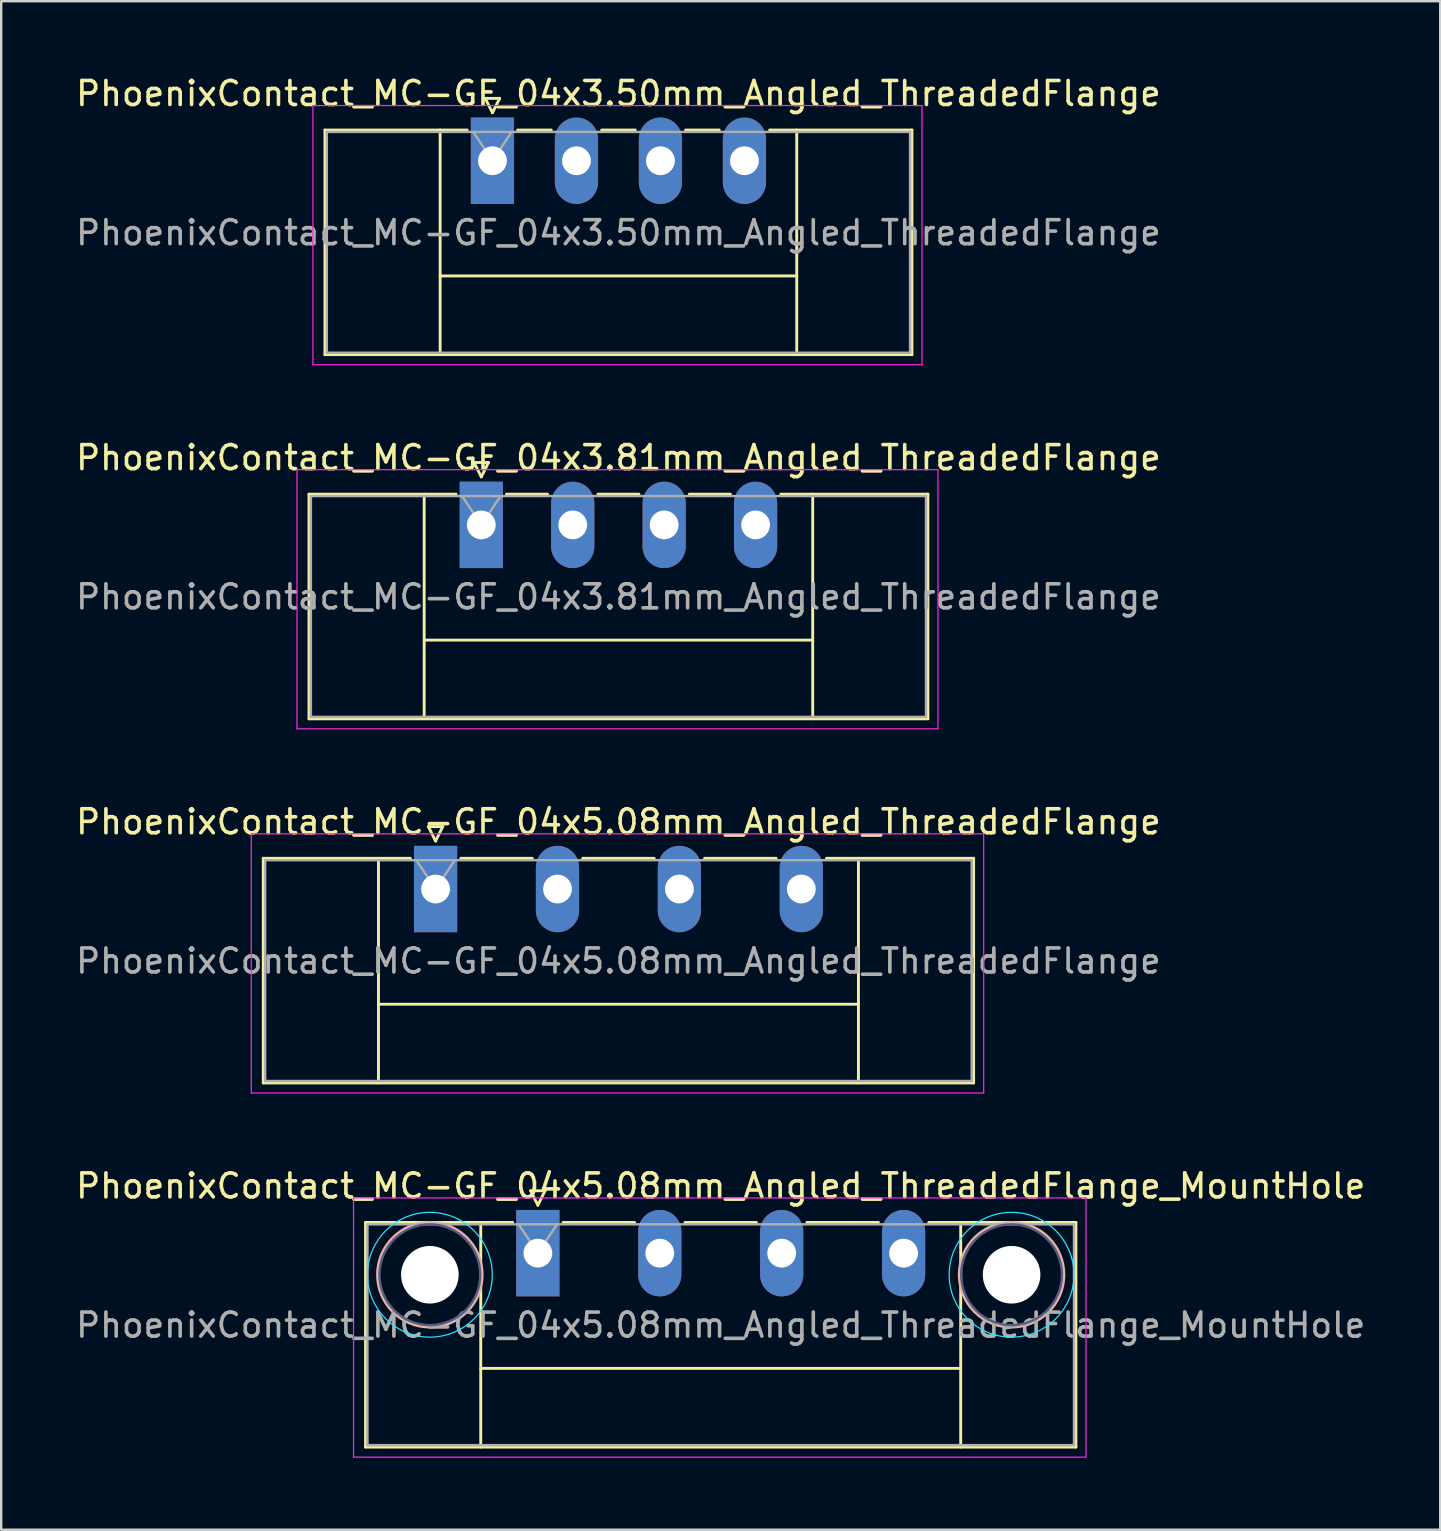
<source format=kicad_pcb>
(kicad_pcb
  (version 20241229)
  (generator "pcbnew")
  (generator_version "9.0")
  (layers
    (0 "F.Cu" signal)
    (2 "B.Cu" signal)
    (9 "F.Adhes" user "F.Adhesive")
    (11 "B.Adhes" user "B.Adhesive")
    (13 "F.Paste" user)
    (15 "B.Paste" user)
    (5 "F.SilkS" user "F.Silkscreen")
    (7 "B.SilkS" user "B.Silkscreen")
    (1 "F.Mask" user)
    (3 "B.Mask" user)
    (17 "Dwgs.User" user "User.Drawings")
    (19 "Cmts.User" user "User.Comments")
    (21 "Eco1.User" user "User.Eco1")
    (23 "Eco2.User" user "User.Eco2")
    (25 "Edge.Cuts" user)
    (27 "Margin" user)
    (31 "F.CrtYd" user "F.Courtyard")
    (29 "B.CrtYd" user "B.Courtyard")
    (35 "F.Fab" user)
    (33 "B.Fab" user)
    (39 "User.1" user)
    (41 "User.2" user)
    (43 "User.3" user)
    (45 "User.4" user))
  (footprint "PhoenixContact_MC-GF_04x3.50mm_Angled_ThreadedFlange"
    (layer "F.Cu")
    (at 17.47 3.648)
    (property "Reference" "PhoenixContact_MC-GF_04x3.50mm_Angled_ThreadedFlange" (at 5.25 -2.8 0) (layer "F.SilkS") (effects (font (size 1 1) (thickness 0.15))))
    (attr through_hole)
    (fp_line (start -6.98 -1.28) (end -6.98 8.08) (stroke (width 0.12) (type solid)) (layer "F.SilkS"))
    (fp_line (start -6.98 -1.28) (end -1.05 -1.28) (stroke (width 0.12) (type solid)) (layer "F.SilkS"))
    (fp_line (start -6.98 8.08) (end 17.48 8.08) (stroke (width 0.12) (type solid)) (layer "F.SilkS"))
    (fp_line (start -2.18 -1.28) (end -2.18 8.08) (stroke (width 0.12) (type solid)) (layer "F.SilkS"))
    (fp_line (start -2.18 4.8) (end 12.68 4.8) (stroke (width 0.12) (type solid)) (layer "F.SilkS"))
    (fp_line (start -0.3 -2.6) (end 0.3 -2.6) (stroke (width 0.12) (type solid)) (layer "F.SilkS"))
    (fp_line (start 0 -2) (end -0.3 -2.6) (stroke (width 0.12) (type solid)) (layer "F.SilkS"))
    (fp_line (start 0.3 -2.6) (end 0 -2) (stroke (width 0.12) (type solid)) (layer "F.SilkS"))
    (fp_line (start 1.05 -1.28) (end 2.45 -1.28) (stroke (width 0.12) (type solid)) (layer "F.SilkS"))
    (fp_line (start 4.55 -1.28) (end 5.95 -1.28) (stroke (width 0.12) (type solid)) (layer "F.SilkS"))
    (fp_line (start 8.05 -1.28) (end 9.45 -1.28) (stroke (width 0.12) (type solid)) (layer "F.SilkS"))
    (fp_line (start 12.68 -1.28) (end 12.68 8.08) (stroke (width 0.12) (type solid)) (layer "F.SilkS"))
    (fp_line (start 17.48 -1.28) (end 11.55 -1.28) (stroke (width 0.12) (type solid)) (layer "F.SilkS"))
    (fp_line (start 17.48 8.08) (end 17.48 -1.28) (stroke (width 0.12) (type solid)) (layer "F.SilkS"))
    (fp_line (start -7.48 -2.3) (end -7.48 8.5) (stroke (width 0.05) (type solid)) (layer "F.CrtYd"))
    (fp_line (start -7.48 8.5) (end 17.9 8.5) (stroke (width 0.05) (type solid)) (layer "F.CrtYd"))
    (fp_line (start 17.9 -2.3) (end -7.48 -2.3) (stroke (width 0.05) (type solid)) (layer "F.CrtYd"))
    (fp_line (start 17.9 8.5) (end 17.9 -2.3) (stroke (width 0.05) (type solid)) (layer "F.CrtYd"))
    (fp_line (start -6.9 -1.2) (end -6.9 8) (stroke (width 0.1) (type solid)) (layer "F.Fab"))
    (fp_line (start -6.9 8) (end 17.4 8) (stroke (width 0.1) (type solid)) (layer "F.Fab"))
    (fp_line (start 0 0) (end -0.8 -1.2) (stroke (width 0.1) (type solid)) (layer "F.Fab"))
    (fp_line (start 0.8 -1.2) (end 0 0) (stroke (width 0.1) (type solid)) (layer "F.Fab"))
    (fp_line (start 17.4 -1.2) (end -6.9 -1.2) (stroke (width 0.1) (type solid)) (layer "F.Fab"))
    (fp_line (start 17.4 8) (end 17.4 -1.2) (stroke (width 0.1) (type solid)) (layer "F.Fab"))
    (fp_text user "${REFERENCE}" (at 5.25 3 0) (layer "F.Fab") (effects (font (size 1 1) (thickness 0.15))))
    (pad "1" thru_hole rect (at 0 0) (size 1.8 3.6) (drill 1.2) (layers "*.Cu" "*.Mask"))
    (pad "2" thru_hole oval (at 3.5 0) (size 1.8 3.6) (drill 1.2) (layers "*.Cu" "*.Mask"))
    (pad "3" thru_hole oval (at 7 0) (size 1.8 3.6) (drill 1.2) (layers "*.Cu" "*.Mask"))
    (pad "4" thru_hole oval (at 10.5 0) (size 1.8 3.6) (drill 1.2) (layers "*.Cu" "*.Mask")))
  (footprint "PhoenixContact_MC-GF_04x5.08mm_Angled_ThreadedFlange"
    (layer "F.Cu")
    (at 15.1 33.995)
    (property "Reference" "PhoenixContact_MC-GF_04x5.08mm_Angled_ThreadedFlange" (at 7.62 -2.8 0) (layer "F.SilkS") (effects (font (size 1 1) (thickness 0.15))))
    (attr through_hole)
    (fp_line (start -7.18 -1.28) (end -7.18 8.08) (stroke (width 0.12) (type solid)) (layer "F.SilkS"))
    (fp_line (start -7.18 -1.28) (end -1.05 -1.28) (stroke (width 0.12) (type solid)) (layer "F.SilkS"))
    (fp_line (start -7.18 8.08) (end 22.42 8.08) (stroke (width 0.12) (type solid)) (layer "F.SilkS"))
    (fp_line (start -2.38 -1.28) (end -2.38 8.08) (stroke (width 0.12) (type solid)) (layer "F.SilkS"))
    (fp_line (start -2.38 4.8) (end 17.62 4.8) (stroke (width 0.12) (type solid)) (layer "F.SilkS"))
    (fp_line (start -0.3 -2.6) (end 0.3 -2.6) (stroke (width 0.12) (type solid)) (layer "F.SilkS"))
    (fp_line (start 0 -2) (end -0.3 -2.6) (stroke (width 0.12) (type solid)) (layer "F.SilkS"))
    (fp_line (start 0.3 -2.6) (end 0 -2) (stroke (width 0.12) (type solid)) (layer "F.SilkS"))
    (fp_line (start 1.05 -1.28) (end 4.03 -1.28) (stroke (width 0.12) (type solid)) (layer "F.SilkS"))
    (fp_line (start 6.13 -1.28) (end 9.11 -1.28) (stroke (width 0.12) (type solid)) (layer "F.SilkS"))
    (fp_line (start 11.21 -1.28) (end 14.19 -1.28) (stroke (width 0.12) (type solid)) (layer "F.SilkS"))
    (fp_line (start 17.62 -1.28) (end 17.62 8.08) (stroke (width 0.12) (type solid)) (layer "F.SilkS"))
    (fp_line (start 22.42 -1.28) (end 16.29 -1.28) (stroke (width 0.12) (type solid)) (layer "F.SilkS"))
    (fp_line (start 22.42 8.08) (end 22.42 -1.28) (stroke (width 0.12) (type solid)) (layer "F.SilkS"))
    (fp_line (start -7.68 -2.3) (end -7.68 8.5) (stroke (width 0.05) (type solid)) (layer "F.CrtYd"))
    (fp_line (start -7.68 8.5) (end 22.84 8.5) (stroke (width 0.05) (type solid)) (layer "F.CrtYd"))
    (fp_line (start 22.84 -2.3) (end -7.68 -2.3) (stroke (width 0.05) (type solid)) (layer "F.CrtYd"))
    (fp_line (start 22.84 8.5) (end 22.84 -2.3) (stroke (width 0.05) (type solid)) (layer "F.CrtYd"))
    (fp_line (start -7.1 -1.2) (end -7.1 8) (stroke (width 0.1) (type solid)) (layer "F.Fab"))
    (fp_line (start -7.1 8) (end 22.34 8) (stroke (width 0.1) (type solid)) (layer "F.Fab"))
    (fp_line (start 0 0) (end -0.8 -1.2) (stroke (width 0.1) (type solid)) (layer "F.Fab"))
    (fp_line (start 0.8 -1.2) (end 0 0) (stroke (width 0.1) (type solid)) (layer "F.Fab"))
    (fp_line (start 22.34 -1.2) (end -7.1 -1.2) (stroke (width 0.1) (type solid)) (layer "F.Fab"))
    (fp_line (start 22.34 8) (end 22.34 -1.2) (stroke (width 0.1) (type solid)) (layer "F.Fab"))
    (fp_text user "${REFERENCE}" (at 7.62 3 0) (layer "F.Fab") (effects (font (size 1 1) (thickness 0.15))))
    (pad "1" thru_hole rect (at 0 0) (size 1.8 3.6) (drill 1.2) (layers "*.Cu" "*.Mask"))
    (pad "2" thru_hole oval (at 5.08 0) (size 1.8 3.6) (drill 1.2) (layers "*.Cu" "*.Mask"))
    (pad "3" thru_hole oval (at 10.16 0) (size 1.8 3.6) (drill 1.2) (layers "*.Cu" "*.Mask"))
    (pad "4" thru_hole oval (at 15.24 0) (size 1.8 3.6) (drill 1.2) (layers "*.Cu" "*.Mask")))
  (footprint "PhoenixContact_MC-GF_04x5.08mm_Angled_ThreadedFlange_MountHole"
    (layer "F.Cu")
    (at 19.362 49.168)
    (property "Reference" "PhoenixContact_MC-GF_04x5.08mm_Angled_ThreadedFlange_MountHole" (at 7.62 -2.8 0) (layer "F.SilkS") (effects (font (size 1 1) (thickness 0.15))))
    (attr through_hole)
    (fp_line (start -7.18 -1.28) (end -7.18 8.08) (stroke (width 0.12) (type solid)) (layer "F.SilkS"))
    (fp_line (start -7.18 -1.28) (end -1.05 -1.28) (stroke (width 0.12) (type solid)) (layer "F.SilkS"))
    (fp_line (start -7.18 8.08) (end 22.42 8.08) (stroke (width 0.12) (type solid)) (layer "F.SilkS"))
    (fp_line (start -2.38 -1.28) (end -2.38 8.08) (stroke (width 0.12) (type solid)) (layer "F.SilkS"))
    (fp_line (start -2.38 4.8) (end 17.62 4.8) (stroke (width 0.12) (type solid)) (layer "F.SilkS"))
    (fp_line (start -0.3 -2.6) (end 0.3 -2.6) (stroke (width 0.12) (type solid)) (layer "F.SilkS"))
    (fp_line (start 0 -2) (end -0.3 -2.6) (stroke (width 0.12) (type solid)) (layer "F.SilkS"))
    (fp_line (start 0.3 -2.6) (end 0 -2) (stroke (width 0.12) (type solid)) (layer "F.SilkS"))
    (fp_line (start 1.05 -1.28) (end 4.03 -1.28) (stroke (width 0.12) (type solid)) (layer "F.SilkS"))
    (fp_line (start 6.13 -1.28) (end 9.11 -1.28) (stroke (width 0.12) (type solid)) (layer "F.SilkS"))
    (fp_line (start 11.21 -1.28) (end 14.19 -1.28) (stroke (width 0.12) (type solid)) (layer "F.SilkS"))
    (fp_line (start 17.62 -1.28) (end 17.62 8.08) (stroke (width 0.12) (type solid)) (layer "F.SilkS"))
    (fp_line (start 22.42 -1.28) (end 16.29 -1.28) (stroke (width 0.12) (type solid)) (layer "F.SilkS"))
    (fp_line (start 22.42 8.08) (end 22.42 -1.28) (stroke (width 0.12) (type solid)) (layer "F.SilkS"))
    (fp_circle (center -4.5 0.9) (end -2.32 0.9) (stroke (width 0.12) (type solid)) (fill no) (layer "B.SilkS"))
    (fp_circle (center 19.74 0.9) (end 21.92 0.9) (stroke (width 0.12) (type solid)) (fill no) (layer "B.SilkS"))
    (fp_circle (center -4.5 0.9) (end -1.9 0.9) (stroke (width 0.05) (type solid)) (fill no) (layer "B.CrtYd"))
    (fp_circle (center 19.74 0.9) (end 22.34 0.9) (stroke (width 0.05) (type solid)) (fill no) (layer "B.CrtYd"))
    (fp_line (start -7.68 -2.3) (end -7.68 8.5) (stroke (width 0.05) (type solid)) (layer "F.CrtYd"))
    (fp_line (start -7.68 8.5) (end 22.84 8.5) (stroke (width 0.05) (type solid)) (layer "F.CrtYd"))
    (fp_line (start 22.84 -2.3) (end -7.68 -2.3) (stroke (width 0.05) (type solid)) (layer "F.CrtYd"))
    (fp_line (start 22.84 8.5) (end 22.84 -2.3) (stroke (width 0.05) (type solid)) (layer "F.CrtYd"))
    (fp_circle (center -4.5 0.9) (end -2.4 0.9) (stroke (width 0.1) (type solid)) (fill no) (layer "B.Fab"))
    (fp_circle (center 19.74 0.9) (end 21.84 0.9) (stroke (width 0.1) (type solid)) (fill no) (layer "B.Fab"))
    (fp_line (start -7.1 -1.2) (end -7.1 8) (stroke (width 0.1) (type solid)) (layer "F.Fab"))
    (fp_line (start -7.1 8) (end 22.34 8) (stroke (width 0.1) (type solid)) (layer "F.Fab"))
    (fp_line (start 0 0) (end -0.8 -1.2) (stroke (width 0.1) (type solid)) (layer "F.Fab"))
    (fp_line (start 0.8 -1.2) (end 0 0) (stroke (width 0.1) (type solid)) (layer "F.Fab"))
    (fp_line (start 22.34 -1.2) (end -7.1 -1.2) (stroke (width 0.1) (type solid)) (layer "F.Fab"))
    (fp_line (start 22.34 8) (end 22.34 -1.2) (stroke (width 0.1) (type solid)) (layer "F.Fab"))
    (fp_text user "${REFERENCE}" (at 7.62 3 0) (layer "F.Fab") (effects (font (size 1 1) (thickness 0.15))))
    (pad "" np_thru_hole circle (at -4.5 0.9) (size 2.4 2.4) (drill 2.4) (layers "*.Cu" "*.Mask"))
    (pad "" np_thru_hole circle (at 19.74 0.9) (size 2.4 2.4) (drill 2.4) (layers "*.Cu" "*.Mask"))
    (pad "1" thru_hole rect (at 0 0) (size 1.8 3.6) (drill 1.2) (layers "*.Cu" "*.Mask"))
    (pad "2" thru_hole oval (at 5.08 0) (size 1.8 3.6) (drill 1.2) (layers "*.Cu" "*.Mask"))
    (pad "3" thru_hole oval (at 10.16 0) (size 1.8 3.6) (drill 1.2) (layers "*.Cu" "*.Mask"))
    (pad "4" thru_hole oval (at 15.24 0) (size 1.8 3.6) (drill 1.2) (layers "*.Cu" "*.Mask")))
  (footprint "PhoenixContact_MC-GF_04x3.81mm_Angled_ThreadedFlange"
    (layer "F.Cu")
    (at 17.005 18.822)
    (property "Reference" "PhoenixContact_MC-GF_04x3.81mm_Angled_ThreadedFlange" (at 5.715 -2.8 0) (layer "F.SilkS") (effects (font (size 1 1) (thickness 0.15))))
    (attr through_hole)
    (fp_line (start -7.18 -1.28) (end -7.18 8.08) (stroke (width 0.12) (type solid)) (layer "F.SilkS"))
    (fp_line (start -7.18 -1.28) (end -1.05 -1.28) (stroke (width 0.12) (type solid)) (layer "F.SilkS"))
    (fp_line (start -7.18 8.08) (end 18.61 8.08) (stroke (width 0.12) (type solid)) (layer "F.SilkS"))
    (fp_line (start -2.38 -1.28) (end -2.38 8.08) (stroke (width 0.12) (type solid)) (layer "F.SilkS"))
    (fp_line (start -2.38 4.8) (end 13.81 4.8) (stroke (width 0.12) (type solid)) (layer "F.SilkS"))
    (fp_line (start -0.3 -2.6) (end 0.3 -2.6) (stroke (width 0.12) (type solid)) (layer "F.SilkS"))
    (fp_line (start 0 -2) (end -0.3 -2.6) (stroke (width 0.12) (type solid)) (layer "F.SilkS"))
    (fp_line (start 0.3 -2.6) (end 0 -2) (stroke (width 0.12) (type solid)) (layer "F.SilkS"))
    (fp_line (start 1.05 -1.28) (end 2.76 -1.28) (stroke (width 0.12) (type solid)) (layer "F.SilkS"))
    (fp_line (start 4.86 -1.28) (end 6.57 -1.28) (stroke (width 0.12) (type solid)) (layer "F.SilkS"))
    (fp_line (start 8.67 -1.28) (end 10.38 -1.28) (stroke (width 0.12) (type solid)) (layer "F.SilkS"))
    (fp_line (start 13.81 -1.28) (end 13.81 8.08) (stroke (width 0.12) (type solid)) (layer "F.SilkS"))
    (fp_line (start 18.61 -1.28) (end 12.48 -1.28) (stroke (width 0.12) (type solid)) (layer "F.SilkS"))
    (fp_line (start 18.61 8.08) (end 18.61 -1.28) (stroke (width 0.12) (type solid)) (layer "F.SilkS"))
    (fp_line (start -7.68 -2.3) (end -7.68 8.5) (stroke (width 0.05) (type solid)) (layer "F.CrtYd"))
    (fp_line (start -7.68 8.5) (end 19.03 8.5) (stroke (width 0.05) (type solid)) (layer "F.CrtYd"))
    (fp_line (start 19.03 -2.3) (end -7.68 -2.3) (stroke (width 0.05) (type solid)) (layer "F.CrtYd"))
    (fp_line (start 19.03 8.5) (end 19.03 -2.3) (stroke (width 0.05) (type solid)) (layer "F.CrtYd"))
    (fp_line (start -7.1 -1.2) (end -7.1 8) (stroke (width 0.1) (type solid)) (layer "F.Fab"))
    (fp_line (start -7.1 8) (end 18.53 8) (stroke (width 0.1) (type solid)) (layer "F.Fab"))
    (fp_line (start 0 0) (end -0.8 -1.2) (stroke (width 0.1) (type solid)) (layer "F.Fab"))
    (fp_line (start 0.8 -1.2) (end 0 0) (stroke (width 0.1) (type solid)) (layer "F.Fab"))
    (fp_line (start 18.53 -1.2) (end -7.1 -1.2) (stroke (width 0.1) (type solid)) (layer "F.Fab"))
    (fp_line (start 18.53 8) (end 18.53 -1.2) (stroke (width 0.1) (type solid)) (layer "F.Fab"))
    (fp_text user "${REFERENCE}" (at 5.715 3 0) (layer "F.Fab") (effects (font (size 1 1) (thickness 0.15))))
    (pad "1" thru_hole rect (at 0 0) (size 1.8 3.6) (drill 1.2) (layers "*.Cu" "*.Mask"))
    (pad "2" thru_hole oval (at 3.81 0) (size 1.8 3.6) (drill 1.2) (layers "*.Cu" "*.Mask"))
    (pad "3" thru_hole oval (at 7.62 0) (size 1.8 3.6) (drill 1.2) (layers "*.Cu" "*.Mask"))
    (pad "4" thru_hole oval (at 11.43 0) (size 1.8 3.6) (drill 1.2) (layers "*.Cu" "*.Mask")))
  (gr_rect
    (start -3 -3)
    (end 56.964 60.693)
    (stroke (width 0.1) (type default))
    (fill no)
    (layer "Edge.Cuts")))
</source>
